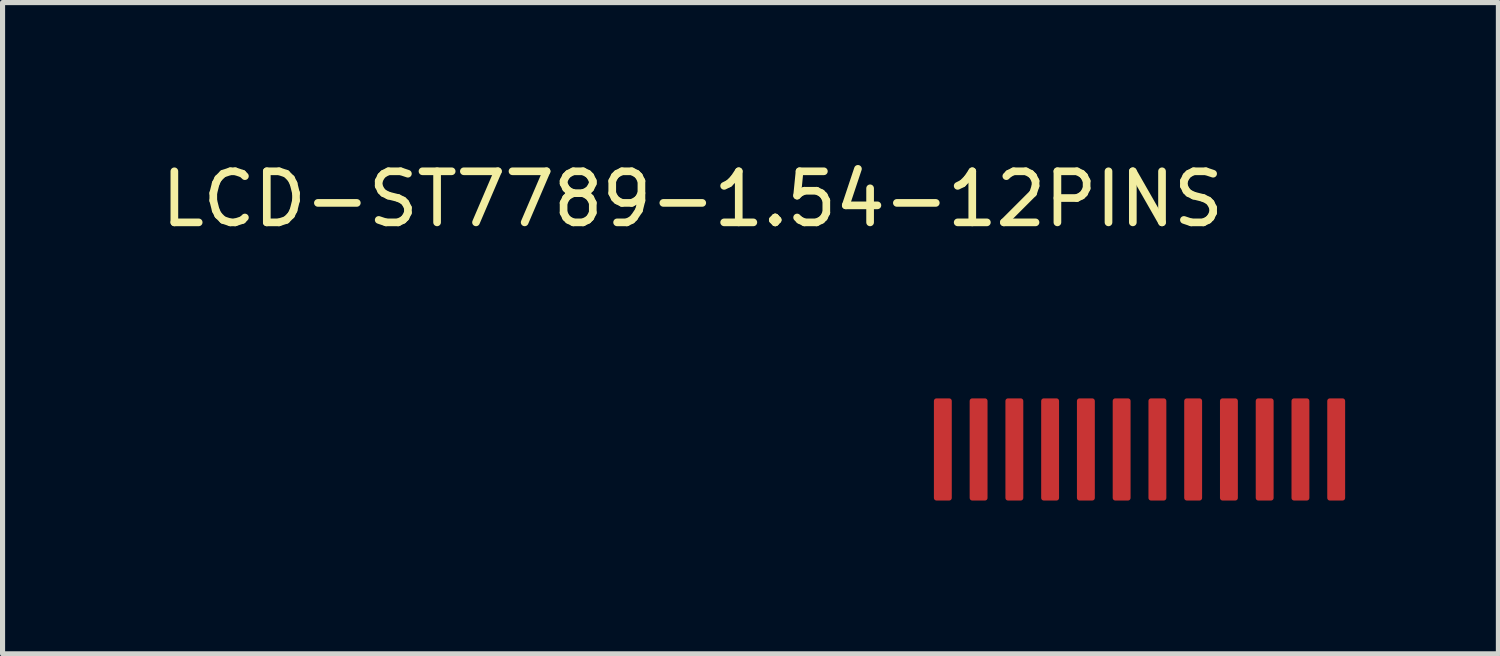
<source format=kicad_pcb>
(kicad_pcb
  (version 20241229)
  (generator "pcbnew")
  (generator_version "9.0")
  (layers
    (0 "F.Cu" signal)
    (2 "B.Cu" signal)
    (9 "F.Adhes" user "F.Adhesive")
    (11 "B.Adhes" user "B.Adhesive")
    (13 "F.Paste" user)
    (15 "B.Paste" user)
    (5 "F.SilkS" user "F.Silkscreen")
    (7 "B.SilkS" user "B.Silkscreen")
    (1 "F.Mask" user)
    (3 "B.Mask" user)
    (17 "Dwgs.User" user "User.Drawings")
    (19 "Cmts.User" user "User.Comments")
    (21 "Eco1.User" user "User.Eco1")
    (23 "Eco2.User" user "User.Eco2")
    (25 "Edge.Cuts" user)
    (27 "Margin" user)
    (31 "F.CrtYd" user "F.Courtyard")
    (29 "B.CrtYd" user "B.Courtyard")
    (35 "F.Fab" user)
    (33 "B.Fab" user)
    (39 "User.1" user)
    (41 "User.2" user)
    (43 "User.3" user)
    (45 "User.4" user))
  (footprint "LCD-ST7789-1.54-12PINS"
    (layer "F.Cu")
    (at 15.406 5.748)
    (property "Reference" "LCD-ST7789-1.54-12PINS" (at -4.9 -4.9 0) (unlocked yes) (layer "F.SilkS") (effects (font (size 1 1) (thickness 0.15))))
    (attr smd)
    (pad "1" smd roundrect (at 0 0) (size 0.35 2) (layers "F.Cu" "F.Mask" "F.Paste") (roundrect_rratio 0.143))
    (pad "2" smd roundrect (at 0.7 0) (size 0.35 2) (layers "F.Cu" "F.Mask" "F.Paste") (roundrect_rratio 0.143))
    (pad "3" smd roundrect (at 1.4 0) (size 0.35 2) (layers "F.Cu" "F.Mask" "F.Paste") (roundrect_rratio 0.143))
    (pad "4" smd roundrect (at 2.1 0) (size 0.35 2) (layers "F.Cu" "F.Mask" "F.Paste") (roundrect_rratio 0.143))
    (pad "5" smd roundrect (at 2.8 0) (size 0.35 2) (layers "F.Cu" "F.Mask" "F.Paste") (roundrect_rratio 0.143))
    (pad "6" smd roundrect (at 3.5 0) (size 0.35 2) (layers "F.Cu" "F.Mask" "F.Paste") (roundrect_rratio 0.143))
    (pad "7" smd roundrect (at 4.2 0) (size 0.35 2) (layers "F.Cu" "F.Mask" "F.Paste") (roundrect_rratio 0.143))
    (pad "8" smd roundrect (at 4.9 0) (size 0.35 2) (layers "F.Cu" "F.Mask" "F.Paste") (roundrect_rratio 0.143))
    (pad "9" smd roundrect (at 5.6 0) (size 0.35 2) (layers "F.Cu" "F.Mask" "F.Paste") (roundrect_rratio 0.143))
    (pad "10" smd roundrect (at 6.3 0) (size 0.35 2) (layers "F.Cu" "F.Mask" "F.Paste") (roundrect_rratio 0.143))
    (pad "11" smd roundrect (at 7 0) (size 0.35 2) (layers "F.Cu" "F.Mask" "F.Paste") (roundrect_rratio 0.143))
    (pad "12" smd roundrect (at 7.7 0) (size 0.35 2) (layers "F.Cu" "F.Mask" "F.Paste") (roundrect_rratio 0.143)))
  (gr_rect
    (start -3 -3)
    (end 26.281 9.748)
    (stroke (width 0.1) (type default))
    (fill no)
    (layer "Edge.Cuts")))
</source>
